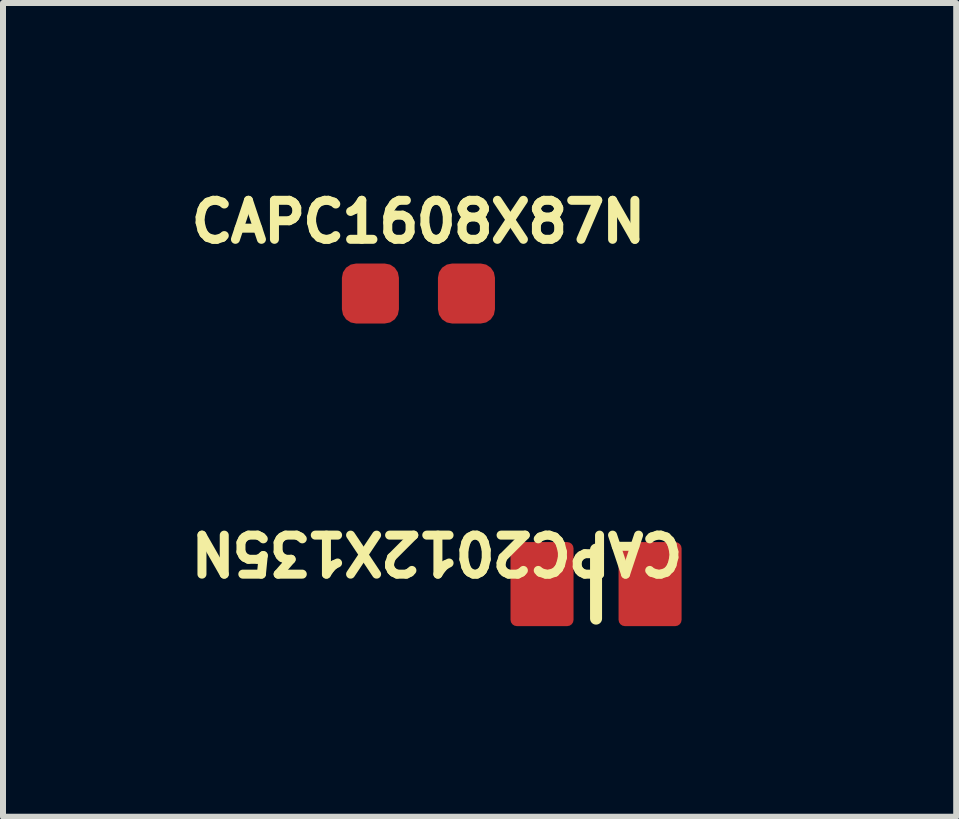
<source format=kicad_pcb>
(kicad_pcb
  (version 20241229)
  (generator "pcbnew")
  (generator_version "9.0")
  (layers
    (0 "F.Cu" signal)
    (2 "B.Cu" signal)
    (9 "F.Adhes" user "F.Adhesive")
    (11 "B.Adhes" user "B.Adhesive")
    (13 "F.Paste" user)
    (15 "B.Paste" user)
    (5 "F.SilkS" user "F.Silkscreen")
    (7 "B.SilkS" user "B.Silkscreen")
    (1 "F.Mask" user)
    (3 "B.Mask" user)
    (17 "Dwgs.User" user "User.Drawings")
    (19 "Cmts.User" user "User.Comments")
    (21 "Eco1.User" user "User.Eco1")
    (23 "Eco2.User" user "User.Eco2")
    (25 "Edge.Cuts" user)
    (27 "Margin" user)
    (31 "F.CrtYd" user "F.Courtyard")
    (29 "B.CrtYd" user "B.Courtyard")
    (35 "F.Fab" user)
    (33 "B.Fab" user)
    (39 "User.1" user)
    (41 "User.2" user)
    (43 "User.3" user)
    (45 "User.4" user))
  (footprint "CAPC1608X87N"
    (layer "F.Cu")
    (at 3.921 1.84)
    (property "Reference" "CAPC1608X87N" (at 0 -1.196 0) (layer "F.SilkS") (effects (font (size 0.65 0.65) (thickness 0.15))))
    (fp_line (start -1.35 -0.575) (end -1.35 0.575) (stroke (width 0.1) (type solid)) (layer "User.5"))
    (fp_line (start 1.35 -0.575) (end -1.35 -0.575) (stroke (width 0.1) (type solid)) (layer "User.5"))
    (fp_line (start 1.35 -0.575) (end 1.35 0.575) (stroke (width 0.1) (type solid)) (layer "User.5"))
    (fp_line (start 1.35 0.575) (end -1.35 0.575) (stroke (width 0.1) (type solid)) (layer "User.5"))
    (fp_line (start -0.875 -0.475) (end -0.875 0.475) (stroke (width 0.1) (type solid)) (layer "User.12"))
    (fp_line (start 0.875 -0.475) (end -0.875 -0.475) (stroke (width 0.1) (type solid)) (layer "User.12"))
    (fp_line (start 0.875 -0.475) (end 0.875 0.475) (stroke (width 0.1) (type solid)) (layer "User.12"))
    (fp_line (start 0.875 0.475) (end -0.875 0.475) (stroke (width 0.1) (type solid)) (layer "User.12"))
    (fp_line (start -1.425 -0.65) (end -1.425 0.65) (stroke (width 0.05) (type solid)) (layer "User.13"))
    (fp_line (start 0 -0.3) (end 0 0.3) (stroke (width 0.05) (type solid)) (layer "User.13"))
    (fp_line (start 0.3 0) (end -0.3 0) (stroke (width 0.05) (type solid)) (layer "User.13"))
    (fp_line (start 1.425 -0.65) (end -1.425 -0.65) (stroke (width 0.05) (type solid)) (layer "User.13"))
    (fp_line (start 1.425 -0.65) (end 1.425 0.65) (stroke (width 0.05) (type solid)) (layer "User.13"))
    (fp_line (start 1.425 0.65) (end -1.425 0.65) (stroke (width 0.05) (type solid)) (layer "User.13"))
    (fp_text_box "${REFERENCE}" (start -2.55 -0.6) (end 2.55 0.6) (margins 0 0 0 0) (layer "User.5") (effects (font (size 0.65 0.65) (thickness 0.15)) (justify left top)) (border no) (stroke (width 0.1) (type default)))
    (pad "1" smd roundrect (at -0.8 0) (size 0.95 1) (layers "F.Cu" "F.Mask" "F.Paste") (roundrect_rratio 0.25))
    (pad "2" smd roundrect (at 0.8 0) (size 0.95 1) (layers "F.Cu" "F.Mask" "F.Paste") (roundrect_rratio 0.25)))
  (footprint "CAPC2012X135N"
    (layer "F.Cu")
    (at 6.88 6.681)
    (property "Reference" "CAPC2012X135N" (at -2.65 -0.523 180) (unlocked yes) (layer "F.SilkS") (effects (font (size 0.65 0.65) (thickness 0.15))))
    (fp_line (start 0 -0.575) (end 0 0.575) (stroke (width 0.2) (type solid)) (layer "F.SilkS"))
    (fp_line (start -1.5 -0.775) (end -1.5 0.775) (stroke (width 0.1) (type solid)) (layer "User.5"))
    (fp_line (start 1.5 -0.775) (end -1.5 -0.775) (stroke (width 0.1) (type solid)) (layer "User.5"))
    (fp_line (start 1.5 -0.775) (end 1.5 0.775) (stroke (width 0.1) (type solid)) (layer "User.5"))
    (fp_line (start 1.5 0.775) (end -1.5 0.775) (stroke (width 0.1) (type solid)) (layer "User.5"))
    (fp_line (start -1.016 -0.635) (end -1.016 0.635) (stroke (width 0.1) (type solid)) (layer "User.12"))
    (fp_line (start 1.016 -0.635) (end -1.016 -0.635) (stroke (width 0.1) (type solid)) (layer "User.12"))
    (fp_line (start 1.016 -0.635) (end 1.016 0.635) (stroke (width 0.1) (type solid)) (layer "User.12"))
    (fp_line (start 1.016 0.635) (end -1.016 0.635) (stroke (width 0.1) (type solid)) (layer "User.12"))
    (fp_line (start -1.575 -0.85) (end -1.575 0.85) (stroke (width 0.05) (type solid)) (layer "User.13"))
    (fp_line (start 0 -0.3) (end 0 0.3) (stroke (width 0.05) (type solid)) (layer "User.13"))
    (fp_line (start 0.3 0) (end -0.3 0) (stroke (width 0.05) (type solid)) (layer "User.13"))
    (fp_line (start 1.575 -0.85) (end -1.575 -0.85) (stroke (width 0.05) (type solid)) (layer "User.13"))
    (fp_line (start 1.575 -0.85) (end 1.575 0.85) (stroke (width 0.05) (type solid)) (layer "User.13"))
    (fp_line (start 1.575 0.85) (end -1.575 0.85) (stroke (width 0.05) (type solid)) (layer "User.13"))
    (fp_text_box "${REFERENCE}" (start -2.95 -0.7) (end 2.95 0.7) (margins 0 0 0 0) (layer "User.5") (effects (font (size 0.762 0.762) (thickness 0.152)) (justify left top)) (border no) (stroke (width 0.1) (type default)))
    (pad "1" smd roundrect (at -0.9 0) (size 1.05 1.4) (layers "F.Cu" "F.Mask" "F.Paste") (roundrect_rratio 0.1))
    (pad "2" smd roundrect (at 0.9 0) (size 1.05 1.4) (layers "F.Cu" "F.Mask" "F.Paste") (roundrect_rratio 0.1)))
  (gr_rect
    (start -3 -3)
    (end 12.88 10.556)
    (stroke (width 0.1) (type default))
    (fill no)
    (layer "Edge.Cuts")))
</source>
